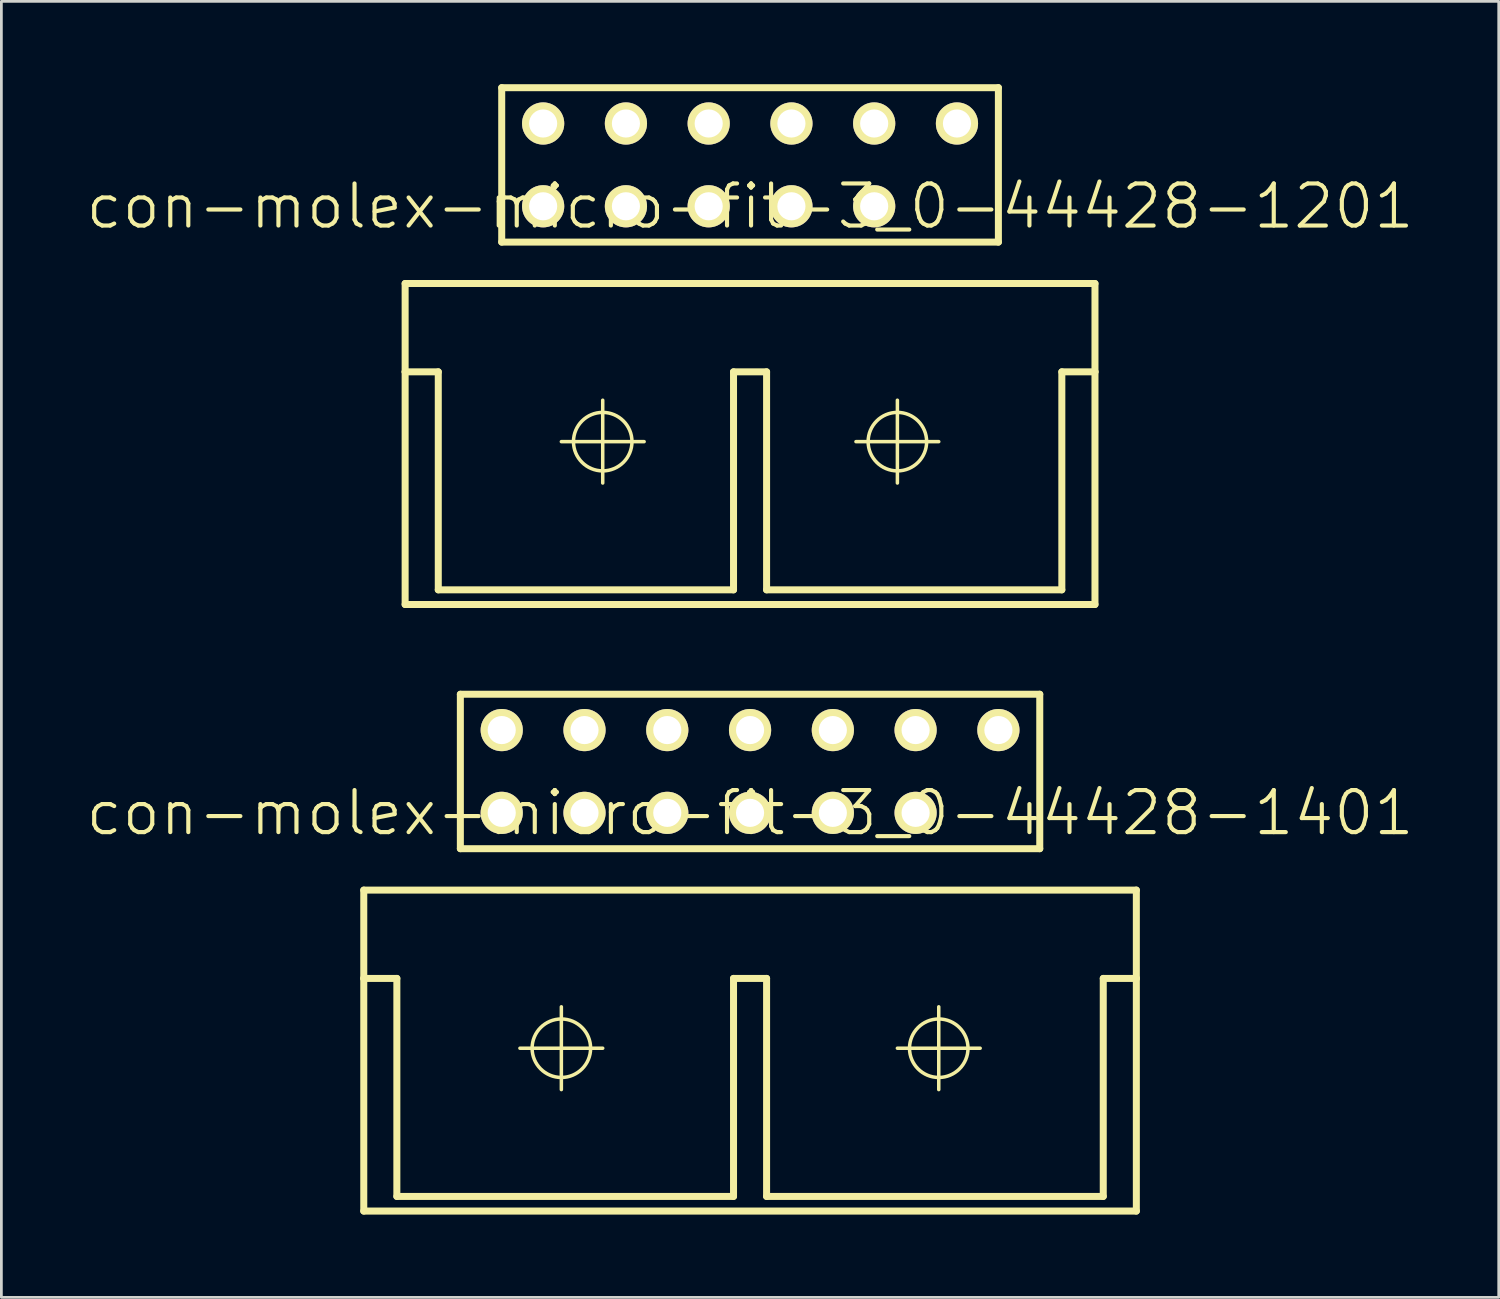
<source format=kicad_pcb>
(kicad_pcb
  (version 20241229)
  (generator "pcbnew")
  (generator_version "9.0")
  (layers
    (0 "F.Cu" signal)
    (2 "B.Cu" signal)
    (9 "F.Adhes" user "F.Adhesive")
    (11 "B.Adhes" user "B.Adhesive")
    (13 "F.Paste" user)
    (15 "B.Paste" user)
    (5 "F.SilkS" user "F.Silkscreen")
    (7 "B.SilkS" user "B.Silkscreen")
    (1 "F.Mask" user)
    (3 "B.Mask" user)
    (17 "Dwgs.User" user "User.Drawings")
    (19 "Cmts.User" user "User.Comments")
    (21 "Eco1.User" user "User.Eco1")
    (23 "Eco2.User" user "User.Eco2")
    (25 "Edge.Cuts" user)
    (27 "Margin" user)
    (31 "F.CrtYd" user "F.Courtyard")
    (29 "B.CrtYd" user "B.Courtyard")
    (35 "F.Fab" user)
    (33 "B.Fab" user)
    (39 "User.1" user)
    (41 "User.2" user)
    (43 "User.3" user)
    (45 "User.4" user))
  (footprint "con-molex-micro-fit-3_0-44428-1401"
    (layer "F.Cu")
    (at 24.13 26.406)
    (property "Reference" "con-molex-micro-fit-3_0-44428-1401" (at 0 0 0) (layer "F.SilkS") (effects (font (size 1.524 1.524) (thickness 0.15))))
    (attr exclude_from_pos_files exclude_from_bom)
    (fp_line (start -13.998 2.799) (end -13.998 5.999) (stroke (width 0.254) (type solid)) (layer "F.SilkS"))
    (fp_line (start -13.998 5.999) (end -13.998 14.43) (stroke (width 0.254) (type solid)) (layer "F.SilkS"))
    (fp_line (start -13.998 5.999) (end -12.799 5.999) (stroke (width 0.254) (type solid)) (layer "F.SilkS"))
    (fp_line (start -13.998 14.43) (end 13.998 14.43) (stroke (width 0.254) (type solid)) (layer "F.SilkS"))
    (fp_line (start -12.799 5.999) (end -12.799 13.899) (stroke (width 0.254) (type solid)) (layer "F.SilkS"))
    (fp_line (start -12.799 13.899) (end -0.599 13.899) (stroke (width 0.254) (type solid)) (layer "F.SilkS"))
    (fp_line (start -10.498 -4.298) (end 10.498 -4.298) (stroke (width 0.254) (type solid)) (layer "F.SilkS"))
    (fp_line (start -10.498 1.298) (end -10.498 -4.298) (stroke (width 0.254) (type solid)) (layer "F.SilkS"))
    (fp_line (start -8.339 8.529) (end -5.339 8.529) (stroke (width 0.127) (type solid)) (layer "F.SilkS"))
    (fp_line (start -6.838 10.028) (end -6.838 7.028) (stroke (width 0.127) (type solid)) (layer "F.SilkS"))
    (fp_line (start -0.599 5.999) (end -0.599 13.899) (stroke (width 0.254) (type solid)) (layer "F.SilkS"))
    (fp_line (start -0.599 5.999) (end 0.599 5.999) (stroke (width 0.254) (type solid)) (layer "F.SilkS"))
    (fp_line (start 0.599 5.999) (end 0.599 13.899) (stroke (width 0.254) (type solid)) (layer "F.SilkS"))
    (fp_line (start 0.599 13.899) (end 12.799 13.899) (stroke (width 0.254) (type solid)) (layer "F.SilkS"))
    (fp_line (start 5.339 8.529) (end 8.339 8.529) (stroke (width 0.127) (type solid)) (layer "F.SilkS"))
    (fp_line (start 6.838 10.028) (end 6.838 7.028) (stroke (width 0.127) (type solid)) (layer "F.SilkS"))
    (fp_line (start 10.498 -4.298) (end 10.498 1.298) (stroke (width 0.254) (type solid)) (layer "F.SilkS"))
    (fp_line (start 10.498 1.298) (end -10.498 1.298) (stroke (width 0.254) (type solid)) (layer "F.SilkS"))
    (fp_line (start 12.799 5.999) (end 13.998 5.999) (stroke (width 0.254) (type solid)) (layer "F.SilkS"))
    (fp_line (start 12.799 13.899) (end 12.799 5.999) (stroke (width 0.254) (type solid)) (layer "F.SilkS"))
    (fp_line (start 13.998 2.799) (end -13.998 2.799) (stroke (width 0.254) (type solid)) (layer "F.SilkS"))
    (fp_line (start 13.998 5.999) (end 13.998 2.799) (stroke (width 0.254) (type solid)) (layer "F.SilkS"))
    (fp_line (start 13.998 14.43) (end 13.998 5.999) (stroke (width 0.254) (type solid)) (layer "F.SilkS"))
    (fp_circle (center -6.838 8.529) (end -7.587 9.279) (stroke (width 0.127) (type solid)) (fill no) (layer "F.SilkS"))
    (fp_circle (center 6.838 8.529) (end 7.587 9.279) (stroke (width 0.127) (type solid)) (fill no) (layer "F.SilkS"))
    (pad "P$1" thru_hole rect (at 8.999 0) (size 0.001 0.001) (drill 1.019) (layers "*.Cu" "F.Mask" "F.SilkS" "F.Paste"))
    (pad "P$2" thru_hole circle (at 5.999 0) (size 1.529 1.529) (drill 1.019) (layers "*.Cu" "F.Mask" "F.SilkS" "F.Paste"))
    (pad "P$3" thru_hole circle (at 3 0) (size 1.529 1.529) (drill 1.019) (layers "*.Cu" "F.Mask" "F.SilkS" "F.Paste"))
    (pad "P$4" thru_hole circle (at 0 0) (size 1.529 1.529) (drill 1.019) (layers "*.Cu" "F.Mask" "F.SilkS" "F.Paste"))
    (pad "P$5" thru_hole circle (at -3 0) (size 1.529 1.529) (drill 1.019) (layers "*.Cu" "F.Mask" "F.SilkS" "F.Paste"))
    (pad "P$6" thru_hole circle (at -5.999 0) (size 1.529 1.529) (drill 1.019) (layers "*.Cu" "F.Mask" "F.SilkS" "F.Paste"))
    (pad "P$7" thru_hole circle (at -8.999 0) (size 1.529 1.529) (drill 1.019) (layers "*.Cu" "F.Mask" "F.SilkS" "F.Paste"))
    (pad "P$8" thru_hole circle (at 8.999 -3) (size 1.529 1.529) (drill 1.019) (layers "*.Cu" "F.Mask" "F.SilkS" "F.Paste"))
    (pad "P$9" thru_hole circle (at 5.999 -3) (size 1.529 1.529) (drill 1.019) (layers "*.Cu" "F.Mask" "F.SilkS" "F.Paste"))
    (pad "P$10" thru_hole circle (at 3 -3) (size 1.529 1.529) (drill 1.019) (layers "*.Cu" "F.Mask" "F.SilkS" "F.Paste"))
    (pad "P$11" thru_hole circle (at 0 -3) (size 1.529 1.529) (drill 1.019) (layers "*.Cu" "F.Mask" "F.SilkS" "F.Paste"))
    (pad "P$12" thru_hole circle (at -3 -3) (size 1.529 1.529) (drill 1.019) (layers "*.Cu" "F.Mask" "F.SilkS" "F.Paste"))
    (pad "P$13" thru_hole circle (at -5.999 -3) (size 1.529 1.529) (drill 1.019) (layers "*.Cu" "F.Mask" "F.SilkS" "F.Paste"))
    (pad "P$14" thru_hole circle (at -8.999 -3) (size 1.529 1.529) (drill 1.019) (layers "*.Cu" "F.Mask" "F.SilkS" "F.Paste")))
  (footprint "con-molex-micro-fit-3_0-44428-1201"
    (layer "F.Cu")
    (at 24.13 4.425)
    (property "Reference" "con-molex-micro-fit-3_0-44428-1201" (at 0 0 0) (layer "F.SilkS") (effects (font (size 1.524 1.524) (thickness 0.15))))
    (attr exclude_from_pos_files exclude_from_bom)
    (fp_line (start -12.499 2.799) (end -12.499 5.999) (stroke (width 0.254) (type solid)) (layer "F.SilkS"))
    (fp_line (start -12.499 5.999) (end -12.499 14.43) (stroke (width 0.254) (type solid)) (layer "F.SilkS"))
    (fp_line (start -12.499 5.999) (end -11.298 5.999) (stroke (width 0.254) (type solid)) (layer "F.SilkS"))
    (fp_line (start -12.499 14.43) (end 12.499 14.43) (stroke (width 0.254) (type solid)) (layer "F.SilkS"))
    (fp_line (start -11.298 5.999) (end -11.298 13.899) (stroke (width 0.254) (type solid)) (layer "F.SilkS"))
    (fp_line (start -11.298 13.899) (end -0.599 13.899) (stroke (width 0.254) (type solid)) (layer "F.SilkS"))
    (fp_line (start -8.999 -4.298) (end 8.999 -4.298) (stroke (width 0.254) (type solid)) (layer "F.SilkS"))
    (fp_line (start -8.999 1.298) (end -8.999 -4.298) (stroke (width 0.254) (type solid)) (layer "F.SilkS"))
    (fp_line (start -6.838 8.529) (end -3.838 8.529) (stroke (width 0.127) (type solid)) (layer "F.SilkS"))
    (fp_line (start -5.339 10.028) (end -5.339 7.028) (stroke (width 0.127) (type solid)) (layer "F.SilkS"))
    (fp_line (start -0.599 5.999) (end -0.599 13.899) (stroke (width 0.254) (type solid)) (layer "F.SilkS"))
    (fp_line (start -0.599 5.999) (end 0.599 5.999) (stroke (width 0.254) (type solid)) (layer "F.SilkS"))
    (fp_line (start 0.599 5.999) (end 0.599 13.899) (stroke (width 0.254) (type solid)) (layer "F.SilkS"))
    (fp_line (start 0.599 13.899) (end 11.298 13.899) (stroke (width 0.254) (type solid)) (layer "F.SilkS"))
    (fp_line (start 3.838 8.529) (end 6.838 8.529) (stroke (width 0.127) (type solid)) (layer "F.SilkS"))
    (fp_line (start 5.339 10.028) (end 5.339 7.028) (stroke (width 0.127) (type solid)) (layer "F.SilkS"))
    (fp_line (start 8.999 -4.298) (end 8.999 1.298) (stroke (width 0.254) (type solid)) (layer "F.SilkS"))
    (fp_line (start 8.999 1.298) (end -8.999 1.298) (stroke (width 0.254) (type solid)) (layer "F.SilkS"))
    (fp_line (start 11.298 5.999) (end 12.499 5.999) (stroke (width 0.254) (type solid)) (layer "F.SilkS"))
    (fp_line (start 11.298 13.899) (end 11.298 5.999) (stroke (width 0.254) (type solid)) (layer "F.SilkS"))
    (fp_line (start 12.499 2.799) (end -12.499 2.799) (stroke (width 0.254) (type solid)) (layer "F.SilkS"))
    (fp_line (start 12.499 5.999) (end 12.499 2.799) (stroke (width 0.254) (type solid)) (layer "F.SilkS"))
    (fp_line (start 12.499 14.43) (end 12.499 5.999) (stroke (width 0.254) (type solid)) (layer "F.SilkS"))
    (fp_circle (center -5.339 8.529) (end -6.088 9.279) (stroke (width 0.127) (type solid)) (fill no) (layer "F.SilkS"))
    (fp_circle (center 5.339 8.529) (end 6.088 9.279) (stroke (width 0.127) (type solid)) (fill no) (layer "F.SilkS"))
    (pad "P$1" thru_hole rect (at 7.498 0) (size 0.001 0.001) (drill 1.019) (layers "*.Cu" "F.Mask" "F.SilkS" "F.Paste"))
    (pad "P$2" thru_hole circle (at 4.498 0) (size 1.529 1.529) (drill 1.019) (layers "*.Cu" "F.Mask" "F.SilkS" "F.Paste"))
    (pad "P$3" thru_hole circle (at 1.499 0) (size 1.529 1.529) (drill 1.019) (layers "*.Cu" "F.Mask" "F.SilkS" "F.Paste"))
    (pad "P$4" thru_hole circle (at -1.499 0) (size 1.529 1.529) (drill 1.019) (layers "*.Cu" "F.Mask" "F.SilkS" "F.Paste"))
    (pad "P$5" thru_hole circle (at -4.498 0) (size 1.529 1.529) (drill 1.019) (layers "*.Cu" "F.Mask" "F.SilkS" "F.Paste"))
    (pad "P$6" thru_hole circle (at -7.498 0) (size 1.529 1.529) (drill 1.019) (layers "*.Cu" "F.Mask" "F.SilkS" "F.Paste"))
    (pad "P$7" thru_hole circle (at 7.498 -3) (size 1.529 1.529) (drill 1.019) (layers "*.Cu" "F.Mask" "F.SilkS" "F.Paste"))
    (pad "P$8" thru_hole circle (at 4.498 -3) (size 1.529 1.529) (drill 1.019) (layers "*.Cu" "F.Mask" "F.SilkS" "F.Paste"))
    (pad "P$9" thru_hole circle (at 1.499 -3) (size 1.529 1.529) (drill 1.019) (layers "*.Cu" "F.Mask" "F.SilkS" "F.Paste"))
    (pad "P$10" thru_hole circle (at -1.499 -3) (size 1.529 1.529) (drill 1.019) (layers "*.Cu" "F.Mask" "F.SilkS" "F.Paste"))
    (pad "P$11" thru_hole circle (at -4.498 -3) (size 1.529 1.529) (drill 1.019) (layers "*.Cu" "F.Mask" "F.SilkS" "F.Paste"))
    (pad "P$12" thru_hole circle (at -7.498 -3) (size 1.529 1.529) (drill 1.019) (layers "*.Cu" "F.Mask" "F.SilkS" "F.Paste")))
  (gr_rect
    (start -3 -3)
    (end 51.26 43.963)
    (stroke (width 0.1) (type default))
    (fill no)
    (layer "Edge.Cuts")))
</source>
